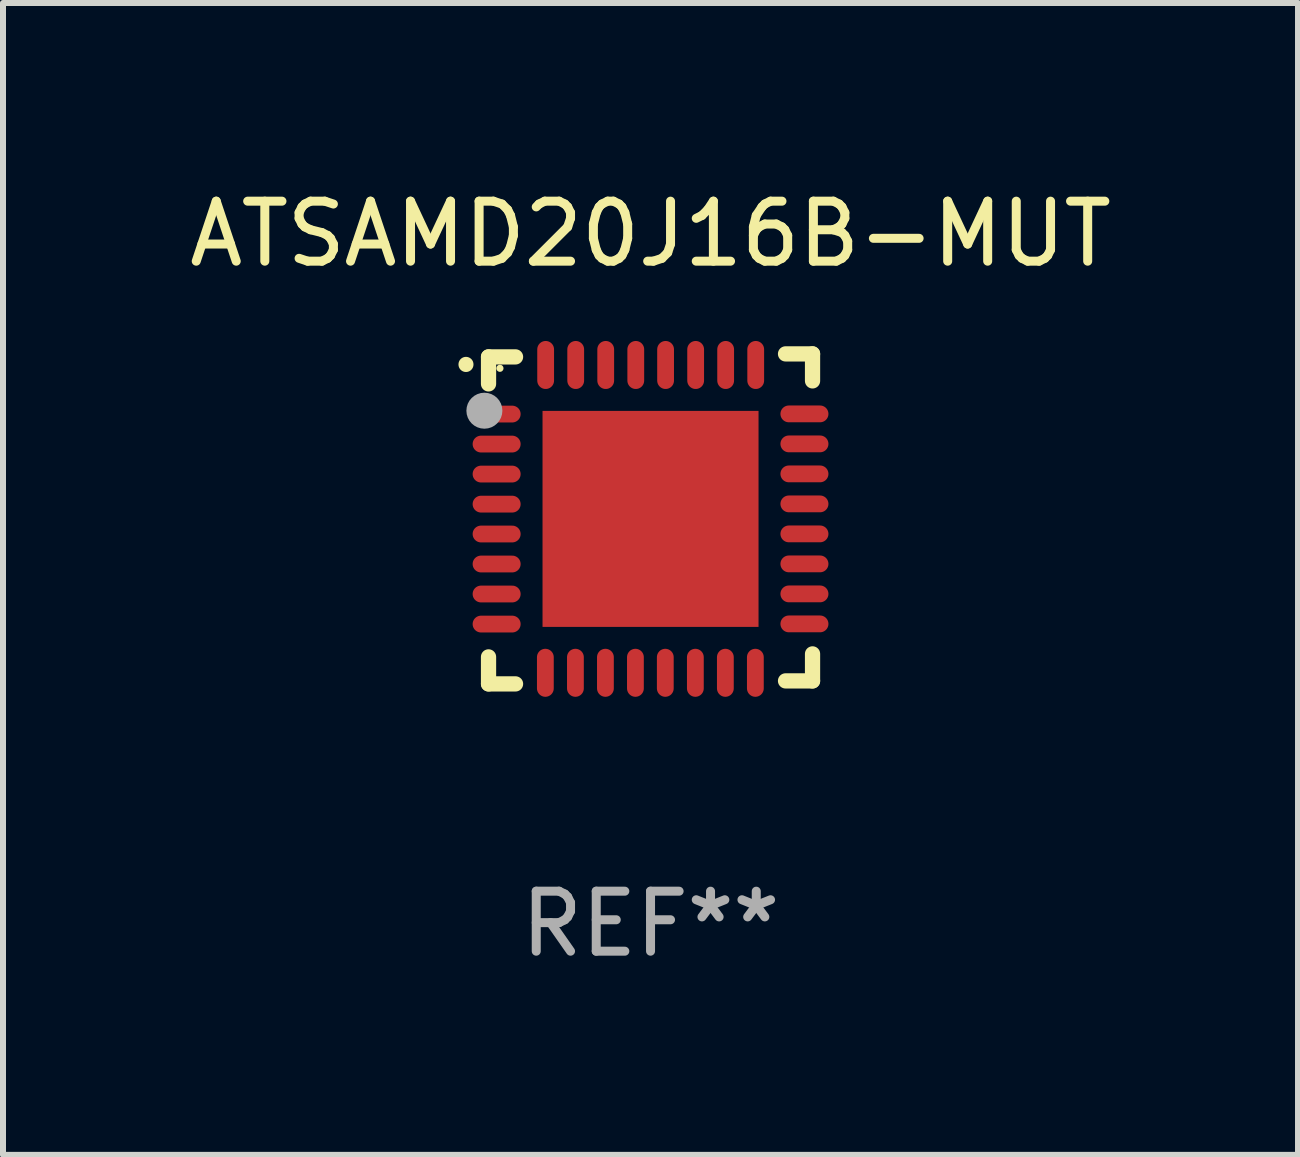
<source format=kicad_pcb>
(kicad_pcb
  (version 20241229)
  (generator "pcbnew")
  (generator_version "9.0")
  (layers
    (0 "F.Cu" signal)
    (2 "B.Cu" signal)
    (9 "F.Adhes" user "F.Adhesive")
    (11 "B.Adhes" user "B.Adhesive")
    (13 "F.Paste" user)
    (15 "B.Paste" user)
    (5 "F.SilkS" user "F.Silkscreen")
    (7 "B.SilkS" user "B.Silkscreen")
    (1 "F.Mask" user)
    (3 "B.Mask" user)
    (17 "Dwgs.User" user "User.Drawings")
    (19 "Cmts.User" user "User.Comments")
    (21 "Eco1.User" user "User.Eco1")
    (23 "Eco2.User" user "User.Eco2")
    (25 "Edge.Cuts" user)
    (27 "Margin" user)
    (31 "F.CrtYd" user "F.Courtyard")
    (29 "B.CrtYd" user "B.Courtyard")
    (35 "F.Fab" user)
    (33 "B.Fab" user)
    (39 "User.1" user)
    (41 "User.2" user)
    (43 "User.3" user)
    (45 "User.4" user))
  (footprint "ATSAMD20J16B-MUT"
    (layer "F.Cu")
    (at 7.792 5.598)
    (property "Reference" "ATSAMD20J16B-MUT" (at 0 -4.75 0) (layer "F.SilkS") (effects (font (size 1 1) (thickness 0.15))))
    (attr through_hole)
    (fp_line (start -2.7 -2.7) (end -2.25 -2.7) (stroke (width 0.254) (type solid)) (layer "F.SilkS"))
    (fp_line (start -2.7 -2.25) (end -2.7 -2.7) (stroke (width 0.254) (type solid)) (layer "F.SilkS"))
    (fp_line (start -2.7 2.3) (end -2.7 2.75) (stroke (width 0.254) (type solid)) (layer "F.SilkS"))
    (fp_line (start -2.7 2.75) (end -2.25 2.75) (stroke (width 0.254) (type solid)) (layer "F.SilkS"))
    (fp_line (start 2.25 2.7) (end 2.7 2.7) (stroke (width 0.254) (type solid)) (layer "F.SilkS"))
    (fp_line (start 2.7 -2.75) (end 2.25 -2.75) (stroke (width 0.254) (type solid)) (layer "F.SilkS"))
    (fp_line (start 2.7 -2.3) (end 2.7 -2.75) (stroke (width 0.254) (type solid)) (layer "F.SilkS"))
    (fp_line (start 2.7 2.7) (end 2.7 2.25) (stroke (width 0.254) (type solid)) (layer "F.SilkS"))
    (fp_arc (start -3.075946 -2.573025) (mid -3.075952 -2.574295) (end -3.075946 -2.575565) (stroke (width 0.25) (type solid)) (layer "F.SilkS"))
    (fp_circle (center -2.51 -2.51) (end -2.48 -2.51) (stroke (width 0.06) (type solid)) (fill no) (layer "F.SilkS"))
    (fp_circle (center -2.769 -1.803) (end -2.619 -1.803) (stroke (width 0.3) (type solid)) (fill no) (layer "F.Fab"))
    (fp_text user "REF**" (at 0 6.75 0) (layer "F.Fab") (effects (font (size 1 1) (thickness 0.15))))
    (pad "1" smd oval (at -2.565 -1.747 270) (size 0.28 0.8) (layers "F.Cu" "F.Mask" "F.Paste"))
    (pad "2" smd oval (at -2.565 -1.247 270) (size 0.28 0.8) (layers "F.Cu" "F.Mask" "F.Paste"))
    (pad "3" smd oval (at -2.565 -0.747 270) (size 0.28 0.8) (layers "F.Cu" "F.Mask" "F.Paste"))
    (pad "4" smd oval (at -2.565 -0.246 270) (size 0.28 0.8) (layers "F.Cu" "F.Mask" "F.Paste"))
    (pad "5" smd oval (at -2.565 0.252 270) (size 0.28 0.8) (layers "F.Cu" "F.Mask" "F.Paste"))
    (pad "6" smd oval (at -2.565 0.752 270) (size 0.28 0.8) (layers "F.Cu" "F.Mask" "F.Paste"))
    (pad "7" smd oval (at -2.565 1.252 270) (size 0.28 0.8) (layers "F.Cu" "F.Mask" "F.Paste"))
    (pad "8" smd oval (at -2.565 1.753 270) (size 0.28 0.8) (layers "F.Cu" "F.Mask" "F.Paste"))
    (pad "9" smd oval (at -1.753 2.565 270) (size 0.8 0.28) (layers "F.Cu" "F.Mask" "F.Paste"))
    (pad "10" smd oval (at -1.252 2.565 270) (size 0.8 0.28) (layers "F.Cu" "F.Mask" "F.Paste"))
    (pad "11" smd oval (at -0.752 2.565 270) (size 0.8 0.28) (layers "F.Cu" "F.Mask" "F.Paste"))
    (pad "12" smd oval (at -0.252 2.565 270) (size 0.8 0.28) (layers "F.Cu" "F.Mask" "F.Paste"))
    (pad "13" smd oval (at 0.246 2.565 270) (size 0.8 0.28) (layers "F.Cu" "F.Mask" "F.Paste"))
    (pad "14" smd oval (at 0.747 2.565 270) (size 0.8 0.28) (layers "F.Cu" "F.Mask" "F.Paste"))
    (pad "15" smd oval (at 1.247 2.565 270) (size 0.8 0.28) (layers "F.Cu" "F.Mask" "F.Paste"))
    (pad "16" smd oval (at 1.747 2.565 270) (size 0.8 0.28) (layers "F.Cu" "F.Mask" "F.Paste"))
    (pad "17" smd oval (at 2.565 1.75 270) (size 0.28 0.8) (layers "F.Cu" "F.Mask" "F.Paste"))
    (pad "18" smd oval (at 2.565 1.25 270) (size 0.28 0.8) (layers "F.Cu" "F.Mask" "F.Paste"))
    (pad "19" smd oval (at 2.565 0.75 270) (size 0.28 0.8) (layers "F.Cu" "F.Mask" "F.Paste"))
    (pad "20" smd oval (at 2.565 0.25 270) (size 0.28 0.8) (layers "F.Cu" "F.Mask" "F.Paste"))
    (pad "21" smd oval (at 2.565 -0.25 270) (size 0.28 0.8) (layers "F.Cu" "F.Mask" "F.Paste"))
    (pad "22" smd oval (at 2.565 -0.75 270) (size 0.28 0.8) (layers "F.Cu" "F.Mask" "F.Paste"))
    (pad "23" smd oval (at 2.565 -1.25 270) (size 0.28 0.8) (layers "F.Cu" "F.Mask" "F.Paste"))
    (pad "24" smd oval (at 2.565 -1.75 270) (size 0.28 0.8) (layers "F.Cu" "F.Mask" "F.Paste"))
    (pad "25" smd oval (at 1.753 -2.565 270) (size 0.8 0.28) (layers "F.Cu" "F.Mask" "F.Paste"))
    (pad "26" smd oval (at 1.252 -2.565 270) (size 0.8 0.28) (layers "F.Cu" "F.Mask" "F.Paste"))
    (pad "27" smd oval (at 0.752 -2.565 270) (size 0.8 0.28) (layers "F.Cu" "F.Mask" "F.Paste"))
    (pad "28" smd oval (at 0.251 -2.565 270) (size 0.8 0.28) (layers "F.Cu" "F.Mask" "F.Paste"))
    (pad "29" smd oval (at -0.246 -2.565 270) (size 0.8 0.28) (layers "F.Cu" "F.Mask" "F.Paste"))
    (pad "30" smd oval (at -0.747 -2.565 270) (size 0.8 0.28) (layers "F.Cu" "F.Mask" "F.Paste"))
    (pad "31" smd oval (at -1.247 -2.565 270) (size 0.8 0.28) (layers "F.Cu" "F.Mask" "F.Paste"))
    (pad "32" smd oval (at -1.748 -2.565 270) (size 0.8 0.28) (layers "F.Cu" "F.Mask" "F.Paste"))
    (pad "33" smd rect (at -0.000076 0.000076 270) (size 3.6 3.6) (layers "F.Cu" "F.Mask" "F.Paste")))
  (gr_rect
    (start -3 -3)
    (end 18.583 16.197)
    (stroke (width 0.1) (type default))
    (fill no)
    (layer "Edge.Cuts")))
</source>
